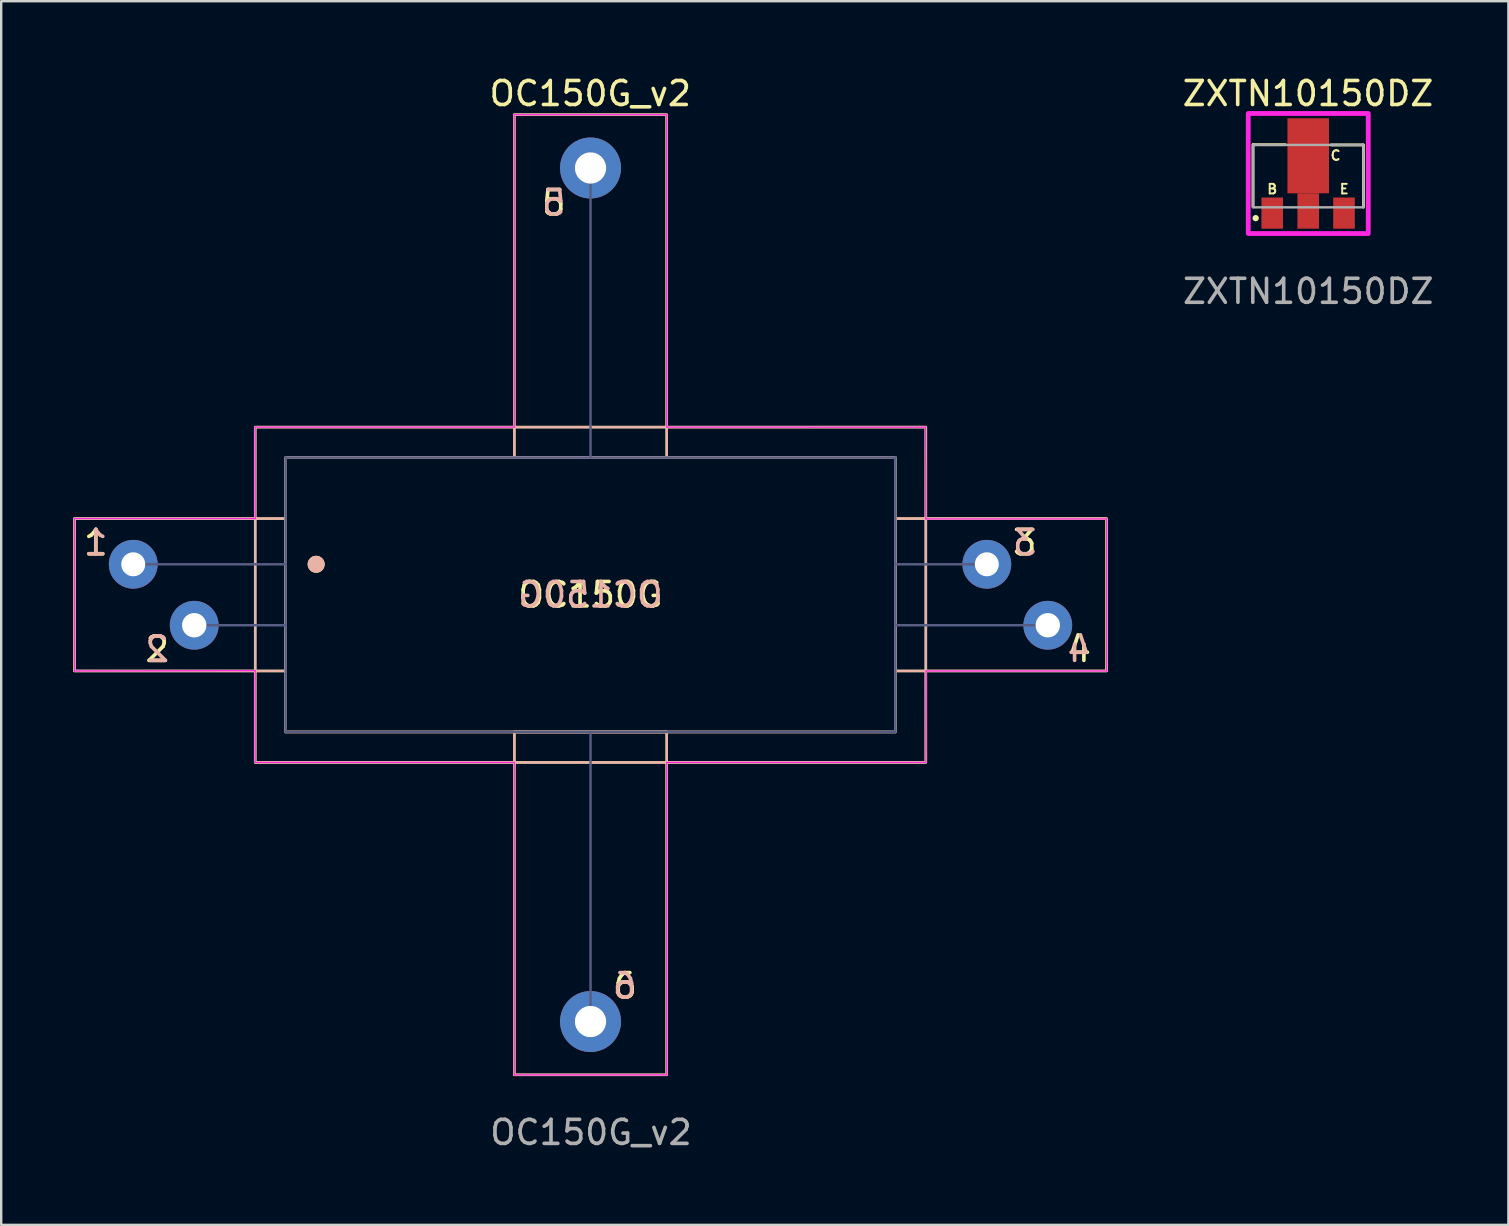
<source format=kicad_pcb>
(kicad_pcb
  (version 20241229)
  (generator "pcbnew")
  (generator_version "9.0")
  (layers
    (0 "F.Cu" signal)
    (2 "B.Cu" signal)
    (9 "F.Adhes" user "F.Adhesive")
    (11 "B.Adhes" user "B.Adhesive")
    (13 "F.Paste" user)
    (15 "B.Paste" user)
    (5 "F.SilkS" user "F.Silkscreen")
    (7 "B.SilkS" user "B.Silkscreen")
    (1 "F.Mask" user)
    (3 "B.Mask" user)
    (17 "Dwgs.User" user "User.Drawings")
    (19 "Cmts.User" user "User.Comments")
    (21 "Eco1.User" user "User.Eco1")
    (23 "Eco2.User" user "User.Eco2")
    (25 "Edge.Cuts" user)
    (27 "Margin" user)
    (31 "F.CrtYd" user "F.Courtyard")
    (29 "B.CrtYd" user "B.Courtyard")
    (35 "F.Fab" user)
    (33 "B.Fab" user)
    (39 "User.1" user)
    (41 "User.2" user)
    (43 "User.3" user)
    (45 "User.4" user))
  (footprint "OC150G_v2"
    (layer "F.Cu")
    (at 21.551 21.728)
    (property "Reference" "OC150G_v2" (at -0.01 -20.88 0) (unlocked yes) (layer "F.SilkS") (effects (font (size 1 1) (thickness 0.15))))
    (attr through_hole)
    (fp_line (start -12.7 -5.715) (end -12.7 5.715) (stroke (width 0.102) (type solid)) (layer "F.SilkS"))
    (fp_line (start -12.7 -5.715) (end 12.7 -5.715) (stroke (width 0.102) (type solid)) (layer "F.SilkS"))
    (fp_line (start -12.7 5.715) (end 12.7 5.715) (stroke (width 0.102) (type solid)) (layer "F.SilkS"))
    (fp_line (start 12.7 -5.715) (end 12.7 5.715) (stroke (width 0.102) (type solid)) (layer "F.SilkS"))
    (fp_rect (start -21.5 3.175) (end -12.7 -3.175) (stroke (width 0.102) (type solid)) (fill no) (layer "F.SilkS"))
    (fp_rect (start -13.97 -6.985) (end 13.97 6.985) (stroke (width 0.102) (type solid)) (fill no) (layer "F.SilkS"))
    (fp_rect (start -3.175 -20) (end 3.175 -5.715) (stroke (width 0.102) (type solid)) (fill no) (layer "F.SilkS"))
    (fp_rect (start -3.175 5.715) (end 3.175 20) (stroke (width 0.102) (type solid)) (fill no) (layer "F.SilkS"))
    (fp_rect (start 12.7 3.175) (end 21.5 -3.175) (stroke (width 0.102) (type solid)) (fill no) (layer "F.SilkS"))
    (fp_circle (center -11.43 -1.27) (end -11.176 -1.27) (stroke (width 0.2) (type solid)) (fill yes) (layer "F.SilkS"))
    (fp_line (start -12.7 -5.715) (end -12.7 5.715) (stroke (width 0.102) (type solid)) (layer "B.SilkS"))
    (fp_line (start 12.7 -5.715) (end -12.7 -5.715) (stroke (width 0.102) (type solid)) (layer "B.SilkS"))
    (fp_line (start 12.7 -5.715) (end 12.7 5.715) (stroke (width 0.102) (type solid)) (layer "B.SilkS"))
    (fp_line (start 12.7 5.715) (end -12.7 5.715) (stroke (width 0.102) (type solid)) (layer "B.SilkS"))
    (fp_rect (start -12.7 3.175) (end -21.5 -3.175) (stroke (width 0.102) (type solid)) (fill no) (layer "B.SilkS"))
    (fp_rect (start 3.175 -20) (end -3.175 -5.715) (stroke (width 0.102) (type solid)) (fill no) (layer "B.SilkS"))
    (fp_rect (start 3.175 5.715) (end -3.175 20) (stroke (width 0.102) (type solid)) (fill no) (layer "B.SilkS"))
    (fp_rect (start 13.97 -6.985) (end -13.97 6.985) (stroke (width 0.102) (type solid)) (fill no) (layer "B.SilkS"))
    (fp_rect (start 21.5 3.175) (end 12.7 -3.175) (stroke (width 0.102) (type solid)) (fill no) (layer "B.SilkS"))
    (fp_circle (center -11.43 -1.27) (end -11.684 -1.27) (stroke (width 0.2) (type solid)) (fill yes) (layer "B.SilkS"))
    (fp_line (start -21.5 -3.175) (end -13.97 -3.175) (stroke (width 0.05) (type solid)) (layer "F.CrtYd"))
    (fp_line (start -21.5 3.175) (end -21.5 -3.175) (stroke (width 0.05) (type solid)) (layer "F.CrtYd"))
    (fp_line (start -13.97 -6.985) (end -3.175 -6.985) (stroke (width 0.05) (type solid)) (layer "F.CrtYd"))
    (fp_line (start -13.97 -3.175) (end -13.97 -6.985) (stroke (width 0.05) (type solid)) (layer "F.CrtYd"))
    (fp_line (start -13.97 3.16) (end -21.5 3.175) (stroke (width 0.05) (type solid)) (layer "F.CrtYd"))
    (fp_line (start -13.97 6.985) (end -13.97 3.16) (stroke (width 0.05) (type solid)) (layer "F.CrtYd"))
    (fp_line (start -3.175 -20) (end 3.175 -20) (stroke (width 0.05) (type solid)) (layer "F.CrtYd"))
    (fp_line (start -3.175 -6.985) (end -3.175 -20) (stroke (width 0.05) (type solid)) (layer "F.CrtYd"))
    (fp_line (start -3.175 6.985) (end -13.97 6.985) (stroke (width 0.05) (type solid)) (layer "F.CrtYd"))
    (fp_line (start -3.175 20) (end -3.175 6.985) (stroke (width 0.05) (type solid)) (layer "F.CrtYd"))
    (fp_line (start 3.175 -20) (end 3.175 -6.985) (stroke (width 0.05) (type solid)) (layer "F.CrtYd"))
    (fp_line (start 3.175 -6.985) (end 13.96 -6.98) (stroke (width 0.05) (type solid)) (layer "F.CrtYd"))
    (fp_line (start 3.175 6.985) (end 3.175 20) (stroke (width 0.05) (type solid)) (layer "F.CrtYd"))
    (fp_line (start 3.175 20) (end -3.175 20) (stroke (width 0.05) (type solid)) (layer "F.CrtYd"))
    (fp_line (start 13.96 -6.98) (end 13.97 -3.16) (stroke (width 0.05) (type solid)) (layer "F.CrtYd"))
    (fp_line (start 13.97 -3.16) (end 21.5 -3.16) (stroke (width 0.05) (type solid)) (layer "F.CrtYd"))
    (fp_line (start 13.97 6.985) (end 3.175 6.985) (stroke (width 0.05) (type solid)) (layer "F.CrtYd"))
    (fp_line (start 13.98 3.175) (end 13.97 6.985) (stroke (width 0.05) (type solid)) (layer "F.CrtYd"))
    (fp_line (start 21.5 -3.175) (end 21.5 3.175) (stroke (width 0.05) (type solid)) (layer "F.CrtYd"))
    (fp_line (start 21.5 3.175) (end 13.98 3.175) (stroke (width 0.05) (type solid)) (layer "F.CrtYd"))
    (fp_line (start -12.7 -5.715) (end -12.7 5.715) (stroke (width 0.102) (type solid)) (layer "B.Fab"))
    (fp_line (start -12.7 -1.27) (end -19.05 -1.27) (stroke (width 0.102) (type solid)) (layer "B.Fab"))
    (fp_line (start -12.7 1.27) (end -16.51 1.27) (stroke (width 0.102) (type solid)) (layer "B.Fab"))
    (fp_line (start 0 -18.415) (end 0 -5.715) (stroke (width 0.102) (type solid)) (layer "B.Fab"))
    (fp_line (start 0 5.715) (end 0 18.415) (stroke (width 0.102) (type solid)) (layer "B.Fab"))
    (fp_line (start 12.7 -5.715) (end -12.7 -5.715) (stroke (width 0.102) (type solid)) (layer "B.Fab"))
    (fp_line (start 12.7 -5.715) (end 12.7 5.715) (stroke (width 0.102) (type solid)) (layer "B.Fab"))
    (fp_line (start 12.7 1.27) (end 19.05 1.27) (stroke (width 0.102) (type solid)) (layer "B.Fab"))
    (fp_line (start 12.7 5.715) (end -12.7 5.715) (stroke (width 0.102) (type solid)) (layer "B.Fab"))
    (fp_line (start 16.51 -1.27) (end 12.7 -1.27) (stroke (width 0.102) (type solid)) (layer "B.Fab"))
    (fp_text user "2" (at -18.05 2.27 0) (unlocked yes) (layer "F.SilkS") (effects (font (size 1.016 1.016) (thickness 0.152))))
    (fp_text user "6" (at 1.445 16.295 0) (unlocked yes) (layer "F.SilkS") (effects (font (size 1.016 1.016) (thickness 0.152))))
    (fp_text user "4" (at 20.36 2.27 0) (unlocked yes) (layer "F.SilkS") (effects (font (size 1.016 1.016) (thickness 0.152))))
    (fp_text user "3" (at 18.09 -2.17 0) (unlocked yes) (layer "F.SilkS") (effects (font (size 1.016 1.016) (thickness 0.152))))
    (fp_text user "1" (at -20.61 -2.17 0) (unlocked yes) (layer "F.SilkS") (effects (font (size 1.016 1.016) (thickness 0.152))))
    (fp_text user "5" (at -1.53 -16.33 0) (unlocked yes) (layer "F.SilkS") (effects (font (size 1.016 1.016) (thickness 0.152))))
    (fp_text user "OC150G" (at 0 0 0) (unlocked yes) (layer "F.SilkS") (effects (font (size 1.016 1.016) (thickness 0.152))))
    (fp_text user "2" (at -18.05 2.27 0) (unlocked yes) (layer "B.SilkS") (effects (font (size 1.016 1.016) (thickness 0.152)) (justify mirror)))
    (fp_text user "1" (at -20.61 -2.17 0) (unlocked yes) (layer "B.SilkS") (effects (font (size 1.016 1.016) (thickness 0.152)) (justify mirror)))
    (fp_text user "5" (at -1.53 -16.33 0) (unlocked yes) (layer "B.SilkS") (effects (font (size 1.016 1.016) (thickness 0.152)) (justify mirror)))
    (fp_text user "4" (at 20.36 2.27 0) (unlocked yes) (layer "B.SilkS") (effects (font (size 1.016 1.016) (thickness 0.152)) (justify mirror)))
    (fp_text user "OC150G" (at 0 0 0) (unlocked yes) (layer "B.SilkS") (effects (font (size 1.016 1.016) (thickness 0.152)) (justify mirror)))
    (fp_text user "6" (at 1.42 16.295 0) (unlocked yes) (layer "B.SilkS") (effects (font (size 1.016 1.016) (thickness 0.152)) (justify mirror)))
    (fp_text user "3" (at 18.09 -2.17 0) (unlocked yes) (layer "B.SilkS") (effects (font (size 1.016 1.016) (thickness 0.152)) (justify mirror)))
    (fp_text user "${REFERENCE}" (at 0.02 22.4 0) (unlocked yes) (layer "F.Fab") (effects (font (size 1 1) (thickness 0.15))))
    (pad "1" thru_hole circle (at -19.05 -1.27) (size 2.032 2.032) (drill 1) (layers "*.Cu" "*.Mask"))
    (pad "2" thru_hole circle (at -16.51 1.27) (size 2.032 2.032) (drill 1.016) (layers "*.Cu" "*.Mask"))
    (pad "3" thru_hole circle (at 16.51 -1.27) (size 2.032 2.032) (drill 1) (layers "*.Cu" "*.Mask"))
    (pad "4" thru_hole circle (at 19.05 1.27) (size 2.032 2.032) (drill 1.016) (layers "*.Cu" "*.Mask"))
    (pad "5" thru_hole circle (at 0 -17.78) (size 2.54 2.54) (drill 1.3) (layers "*.Cu" "*.Mask"))
    (pad "6" thru_hole circle (at 0 17.78) (size 2.54 2.54) (drill 1.3) (layers "*.Cu" "*.Mask")))
  (footprint "ZXTN10150DZ"
    (layer "F.Cu")
    (at 51.451 4.178)
    (property "Reference" "ZXTN10150DZ" (at -0.01 -3.33 0) (unlocked yes) (layer "F.SilkS") (effects (font (size 1 1) (thickness 0.15))))
    (attr smd)
    (fp_rect (start -0.866 -2.3) (end 0.866 0.825) (stroke (width 0.04) (type solid)) (fill yes) (layer "F.Mask"))
    (fp_line (start -2.3 -1.2) (end -2.3 1.39) (stroke (width 0.12) (type solid)) (layer "F.SilkS"))
    (fp_line (start -2.29 -1.2) (end -0.95 -1.2) (stroke (width 0.12) (type solid)) (layer "F.SilkS"))
    (fp_line (start 2.29 -1.19) (end 0.95 -1.19) (stroke (width 0.12) (type solid)) (layer "F.SilkS"))
    (fp_line (start 2.3 -1.19) (end 2.3 1.4) (stroke (width 0.12) (type solid)) (layer "F.SilkS"))
    (fp_rect (start -2.5 -2.5) (end 2.5 2.5) (stroke (width 0.1) (type solid)) (fill no) (layer "F.SilkS"))
    (fp_circle (center -2.19 1.86) (end -2.158 1.86) (stroke (width 0.2) (type solid)) (fill yes) (layer "F.SilkS"))
    (fp_rect (start -0.866 -2.3) (end 0.866 0.825) (stroke (width 0.04) (type solid)) (fill yes) (layer "F.Paste"))
    (fp_rect (start -2.5 -2.5) (end 2.5 2.5) (stroke (width 0.2) (type solid)) (fill no) (layer "F.CrtYd"))
    (fp_rect (start -2.3 -1.19) (end 2.3 1.41) (stroke (width 0.1) (type solid)) (fill no) (layer "F.Fab"))
    (fp_text user "C" (at 1.14 -0.75 0) (unlocked yes) (layer "F.SilkS") (effects (font (size 0.4 0.4) (thickness 0.08))))
    (fp_text user "B" (at -1.5 0.65 0) (unlocked yes) (layer "F.SilkS") (effects (font (size 0.4 0.4) (thickness 0.08))))
    (fp_text user "E" (at 1.5 0.65 0) (unlocked yes) (layer "F.SilkS") (effects (font (size 0.4 0.4) (thickness 0.08))))
    (fp_text user "${REFERENCE}" (at 0 4.91 0) (unlocked yes) (layer "F.Fab") (effects (font (size 1 1) (thickness 0.15))))
    (pad "1" smd rect (at 1.49 1.65) (size 0.9 1.3) (layers "F.Cu" "F.Mask" "F.Paste"))
    (pad "2" smd rect (at -1.5 1.65) (size 0.9 1.3) (layers "F.Cu" "F.Mask" "F.Paste"))
    (pad "3" smd rect (at 0 -0.738 90) (size 3.125 1.732) (layers "F.Cu" "F.Mask" "F.Paste"))
    (pad "3" smd rect (at 0 1.562) (size 0.9 1.475) (layers "F.Cu" "F.Mask" "F.Paste")))
  (gr_rect
    (start -3 -3)
    (end 59.79 47.977)
    (stroke (width 0.1) (type default))
    (fill no)
    (layer "Edge.Cuts")))
</source>
